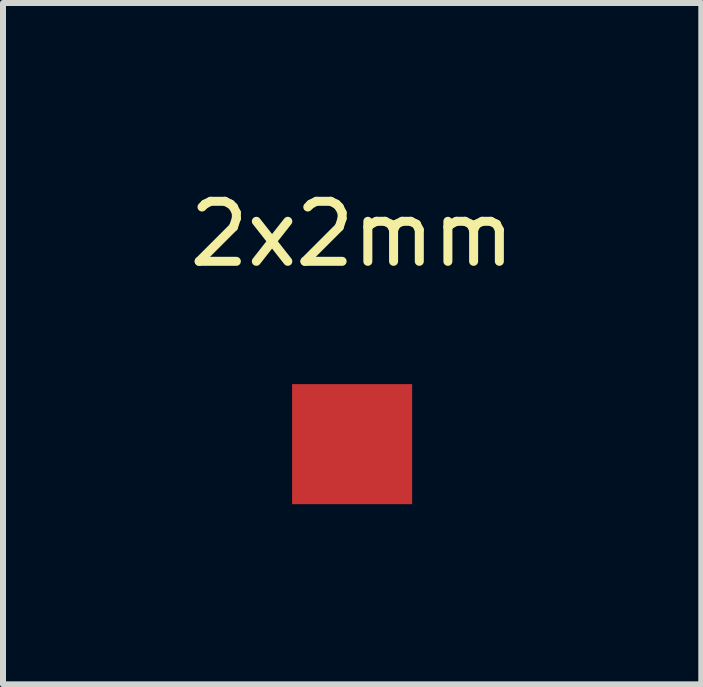
<source format=kicad_pcb>
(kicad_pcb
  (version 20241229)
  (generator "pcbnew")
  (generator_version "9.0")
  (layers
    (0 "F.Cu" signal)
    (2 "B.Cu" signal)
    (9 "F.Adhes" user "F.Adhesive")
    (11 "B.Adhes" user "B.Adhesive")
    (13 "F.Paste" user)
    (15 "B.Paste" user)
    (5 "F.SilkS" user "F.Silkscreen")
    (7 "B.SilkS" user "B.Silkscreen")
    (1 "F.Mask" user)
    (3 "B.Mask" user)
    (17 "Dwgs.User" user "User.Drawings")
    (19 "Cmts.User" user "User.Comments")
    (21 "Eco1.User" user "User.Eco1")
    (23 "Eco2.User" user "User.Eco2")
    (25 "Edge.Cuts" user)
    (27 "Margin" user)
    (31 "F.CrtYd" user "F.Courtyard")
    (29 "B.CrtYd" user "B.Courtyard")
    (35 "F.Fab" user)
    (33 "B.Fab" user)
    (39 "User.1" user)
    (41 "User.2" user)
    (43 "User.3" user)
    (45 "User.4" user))
  (footprint "2x2mm"
    (layer "F.Cu")
    (at 2.815 4.348)
    (property "Reference" "2x2mm" (at 0 -3.5 0) (unlocked yes) (layer "F.SilkS") (effects (font (size 1 1) (thickness 0.15))))
    (attr smd)
    (pad "1" smd rect (at 0 0) (size 2 2) (layers "F.Cu" "F.Mask" "F.Paste")))
  (gr_rect
    (start -3 -3)
    (end 8.631 8.348)
    (stroke (width 0.1) (type default))
    (fill no)
    (layer "Edge.Cuts")))
</source>
